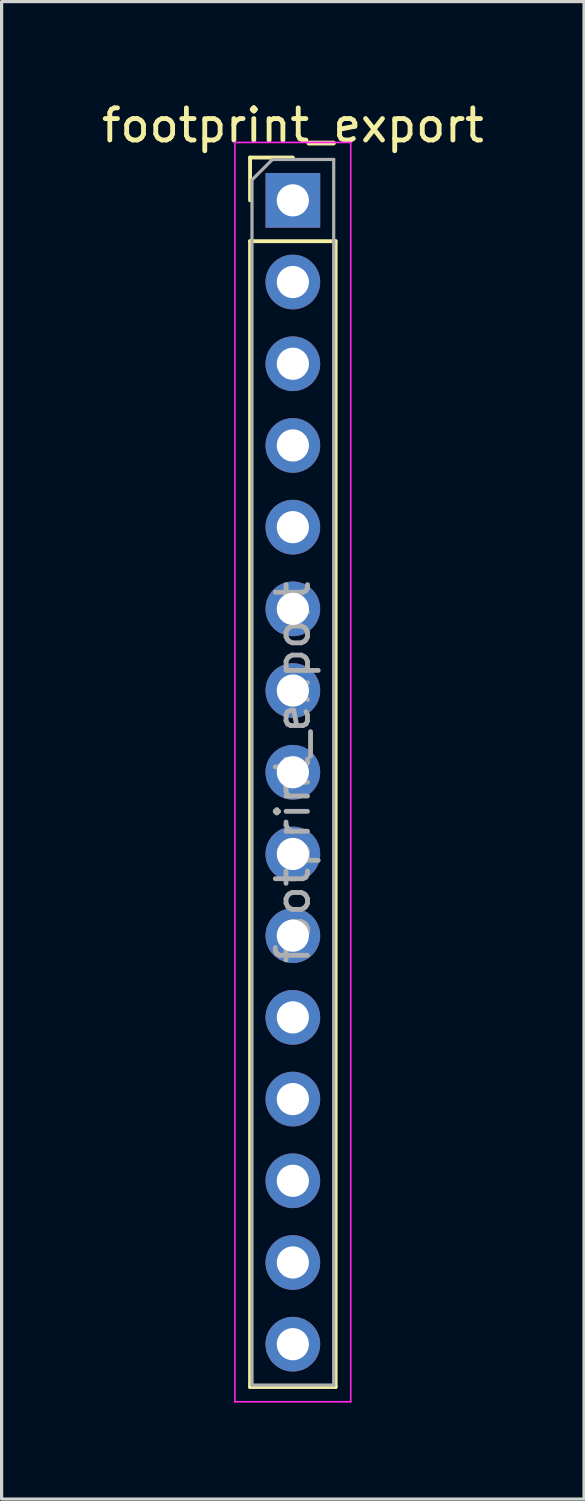
<source format=kicad_pcb>
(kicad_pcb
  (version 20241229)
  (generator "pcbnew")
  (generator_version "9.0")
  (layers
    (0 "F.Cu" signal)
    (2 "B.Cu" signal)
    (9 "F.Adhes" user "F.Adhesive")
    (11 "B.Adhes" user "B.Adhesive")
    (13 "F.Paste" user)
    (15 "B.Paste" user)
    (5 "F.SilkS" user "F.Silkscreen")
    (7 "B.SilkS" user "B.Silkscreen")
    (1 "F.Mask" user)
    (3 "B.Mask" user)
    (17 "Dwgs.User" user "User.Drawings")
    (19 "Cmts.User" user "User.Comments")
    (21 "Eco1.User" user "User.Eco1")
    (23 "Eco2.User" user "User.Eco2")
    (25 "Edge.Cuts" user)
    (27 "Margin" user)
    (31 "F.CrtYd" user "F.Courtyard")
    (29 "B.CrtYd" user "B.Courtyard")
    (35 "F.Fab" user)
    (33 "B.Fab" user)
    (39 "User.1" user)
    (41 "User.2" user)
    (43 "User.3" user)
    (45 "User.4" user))
  (footprint "footprint_export"
    (layer "F.Cu")
    (at 6.054 3.178)
    (property "Reference" "footprint_export" (at 0 -2.33 0) (layer "F.SilkS") (effects (font (size 1 1) (thickness 0.15))))
    (attr through_hole)
    (fp_line (start -1.33 -1.33) (end 0 -1.33) (stroke (width 0.12) (type solid)) (layer "F.SilkS"))
    (fp_line (start -1.33 0) (end -1.33 -1.33) (stroke (width 0.12) (type solid)) (layer "F.SilkS"))
    (fp_line (start -1.33 1.27) (end -1.33 36.89) (stroke (width 0.12) (type solid)) (layer "F.SilkS"))
    (fp_line (start -1.33 1.27) (end 1.33 1.27) (stroke (width 0.12) (type solid)) (layer "F.SilkS"))
    (fp_line (start -1.33 36.89) (end 1.33 36.89) (stroke (width 0.12) (type solid)) (layer "F.SilkS"))
    (fp_line (start 1.33 1.27) (end 1.33 36.89) (stroke (width 0.12) (type solid)) (layer "F.SilkS"))
    (fp_line (start -1.8 -1.8) (end -1.8 37.35) (stroke (width 0.05) (type solid)) (layer "F.CrtYd"))
    (fp_line (start -1.8 37.35) (end 1.8 37.35) (stroke (width 0.05) (type solid)) (layer "F.CrtYd"))
    (fp_line (start 1.8 -1.8) (end -1.8 -1.8) (stroke (width 0.05) (type solid)) (layer "F.CrtYd"))
    (fp_line (start 1.8 37.35) (end 1.8 -1.8) (stroke (width 0.05) (type solid)) (layer "F.CrtYd"))
    (fp_line (start -1.27 -0.635) (end -0.635 -1.27) (stroke (width 0.1) (type solid)) (layer "F.Fab"))
    (fp_line (start -1.27 36.83) (end -1.27 -0.635) (stroke (width 0.1) (type solid)) (layer "F.Fab"))
    (fp_line (start -0.635 -1.27) (end 1.27 -1.27) (stroke (width 0.1) (type solid)) (layer "F.Fab"))
    (fp_line (start 1.27 -1.27) (end 1.27 36.83) (stroke (width 0.1) (type solid)) (layer "F.Fab"))
    (fp_line (start 1.27 36.83) (end -1.27 36.83) (stroke (width 0.1) (type solid)) (layer "F.Fab"))
    (fp_text user "${REFERENCE}" (at 0 17.78 90) (layer "F.Fab") (effects (font (size 1 1) (thickness 0.15))))
    (pad "1" thru_hole rect (at 0 0) (size 1.7 1.7) (drill 1) (layers "*.Cu" "*.Mask"))
    (pad "2" thru_hole oval (at 0 2.54) (size 1.7 1.7) (drill 1) (layers "*.Cu" "*.Mask"))
    (pad "3" thru_hole oval (at 0 5.08) (size 1.7 1.7) (drill 1) (layers "*.Cu" "*.Mask"))
    (pad "4" thru_hole oval (at 0 7.62) (size 1.7 1.7) (drill 1) (layers "*.Cu" "*.Mask"))
    (pad "5" thru_hole oval (at 0 10.16) (size 1.7 1.7) (drill 1) (layers "*.Cu" "*.Mask"))
    (pad "6" thru_hole oval (at 0 12.7) (size 1.7 1.7) (drill 1) (layers "*.Cu" "*.Mask"))
    (pad "7" thru_hole oval (at 0 15.24) (size 1.7 1.7) (drill 1) (layers "*.Cu" "*.Mask"))
    (pad "8" thru_hole oval (at 0 17.78) (size 1.7 1.7) (drill 1) (layers "*.Cu" "*.Mask"))
    (pad "9" thru_hole oval (at 0 20.32) (size 1.7 1.7) (drill 1) (layers "*.Cu" "*.Mask"))
    (pad "10" thru_hole oval (at 0 22.86) (size 1.7 1.7) (drill 1) (layers "*.Cu" "*.Mask"))
    (pad "11" thru_hole oval (at 0 25.4) (size 1.7 1.7) (drill 1) (layers "*.Cu" "*.Mask"))
    (pad "12" thru_hole oval (at 0 27.94) (size 1.7 1.7) (drill 1) (layers "*.Cu" "*.Mask"))
    (pad "13" thru_hole oval (at 0 30.48) (size 1.7 1.7) (drill 1) (layers "*.Cu" "*.Mask"))
    (pad "14" thru_hole oval (at 0 33.02) (size 1.7 1.7) (drill 1) (layers "*.Cu" "*.Mask"))
    (pad "15" thru_hole oval (at 0 35.56) (size 1.7 1.7) (drill 1) (layers "*.Cu" "*.Mask")))
  (gr_rect
    (start -3 -3)
    (end 15.107 43.553)
    (stroke (width 0.1) (type default))
    (fill no)
    (layer "Edge.Cuts")))
</source>
